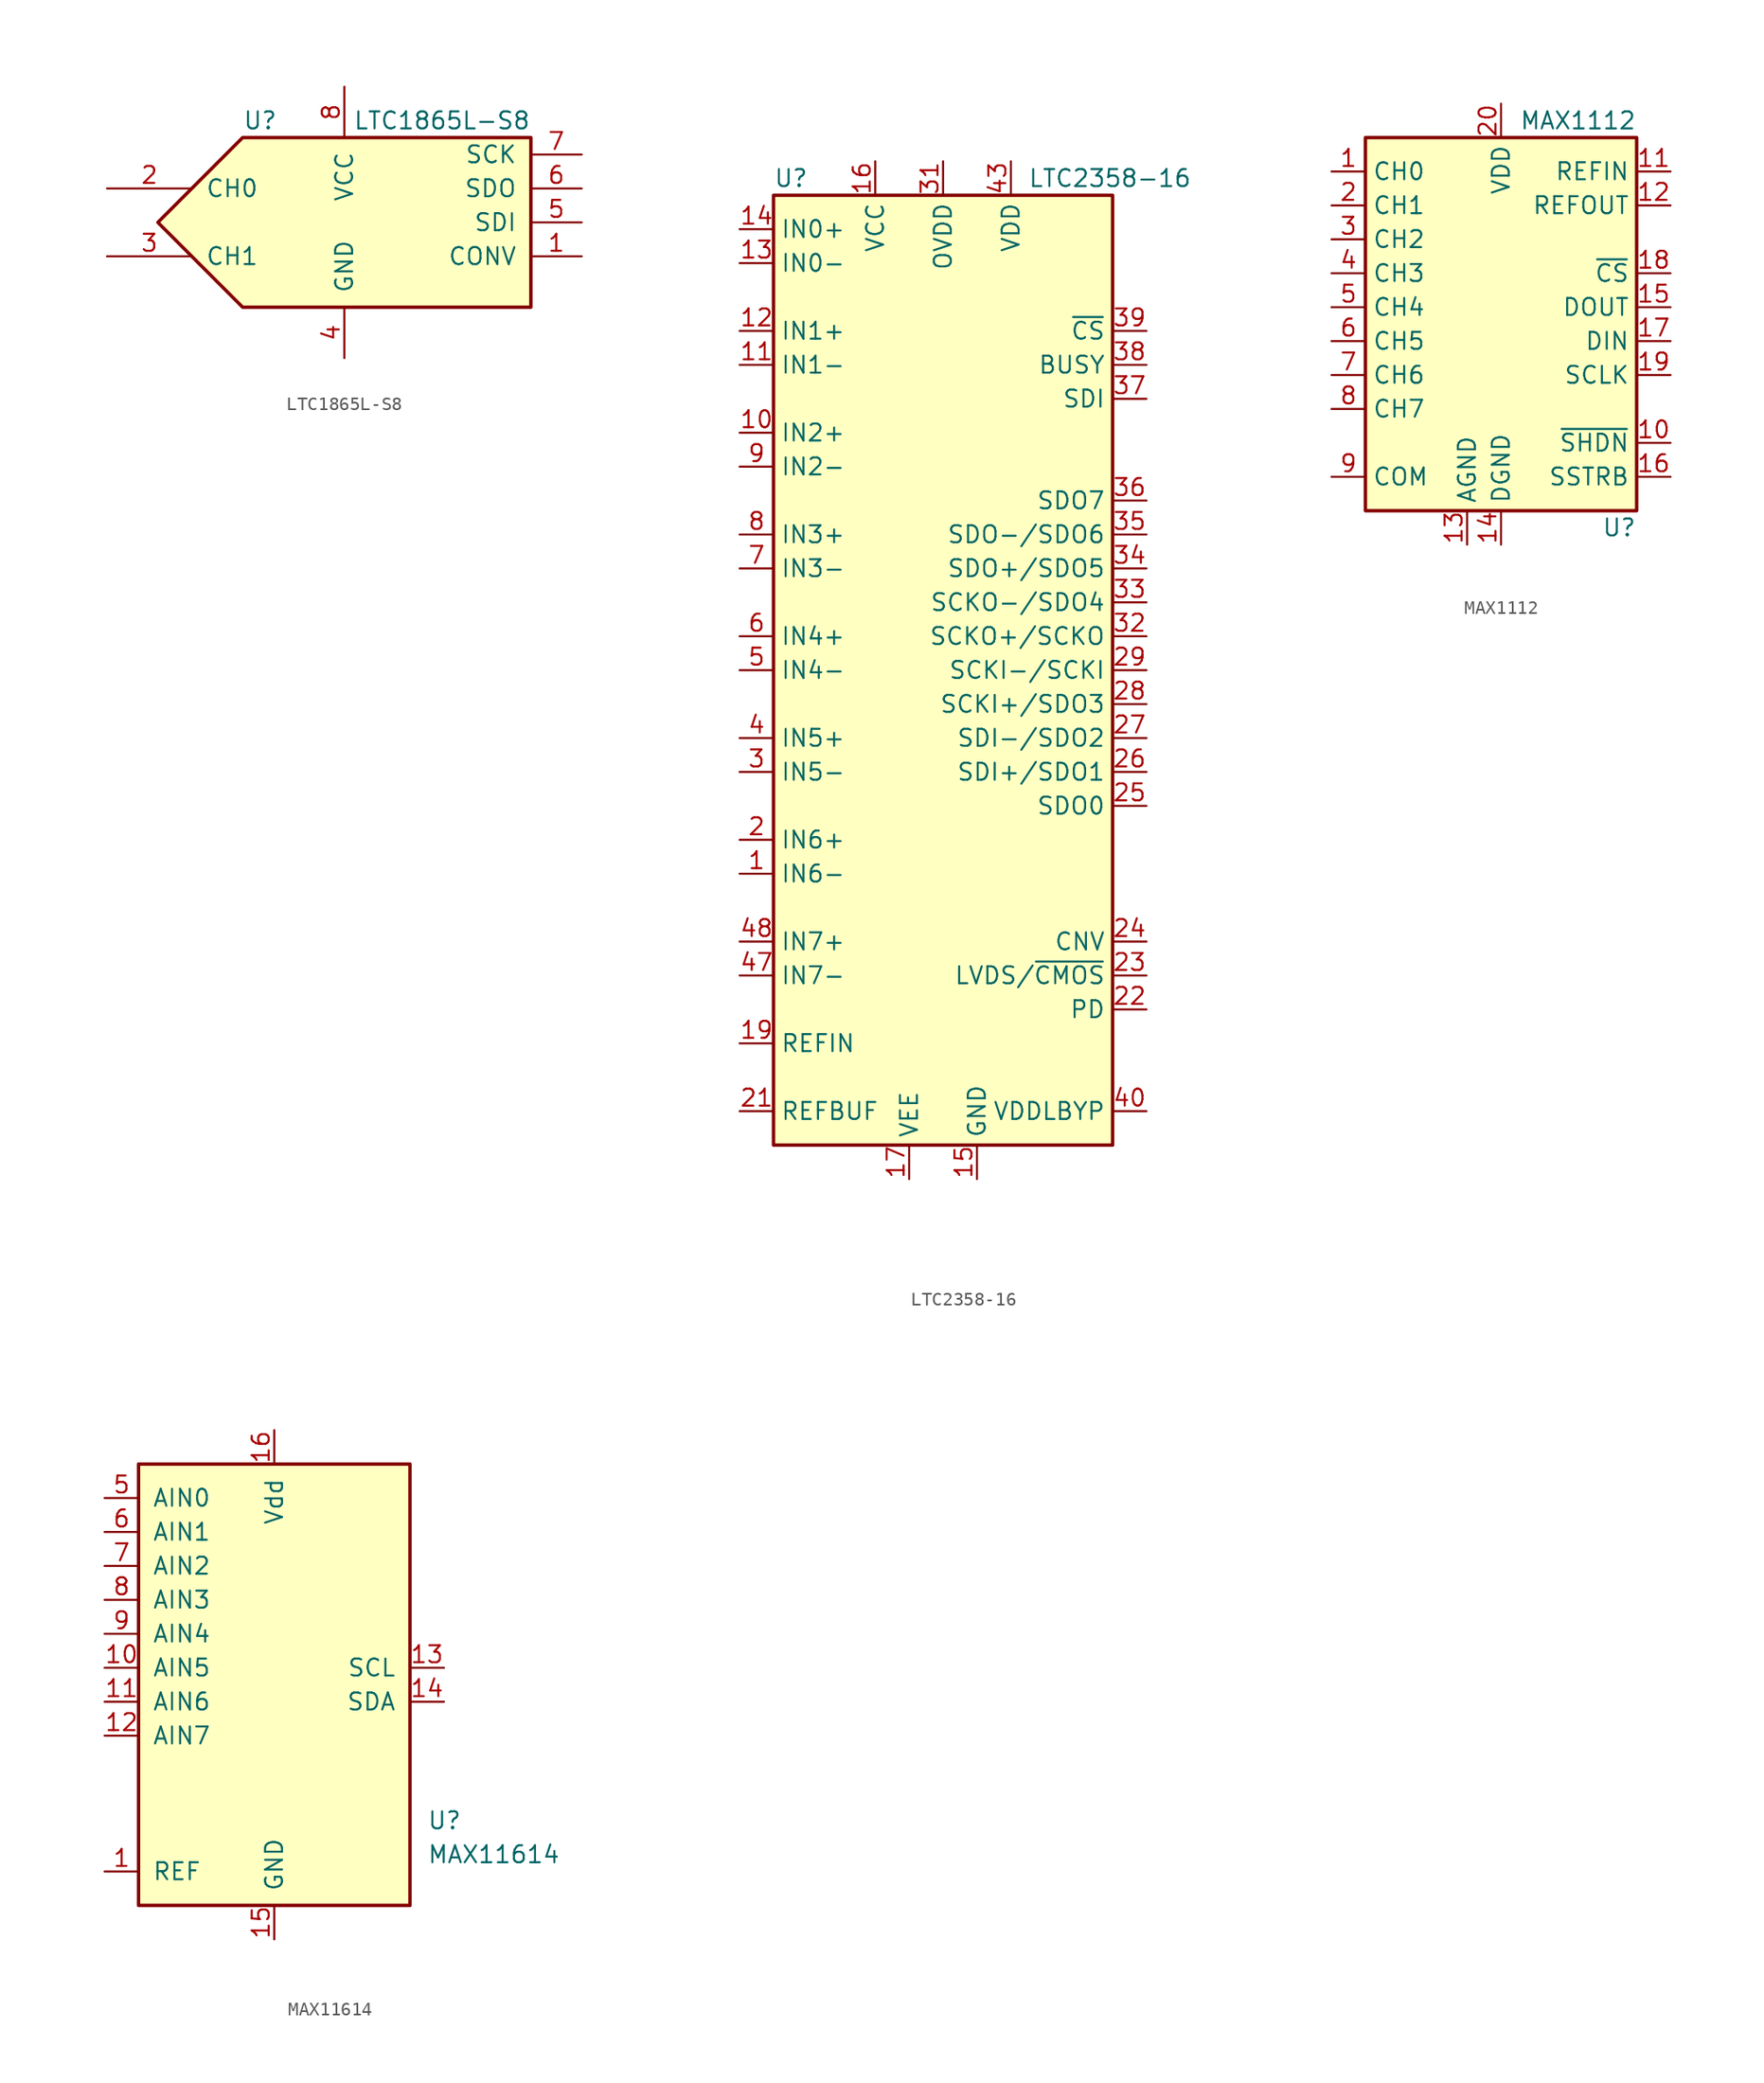
<source format=kicad_sym>
(kicad_symbol_lib
  (version 20201005)
  (generator kicad_symbol_editor)
  (symbol "LTC1865L-S8"
    (pin_names
      (offset 1.016))
    (property "Reference" "U"
      (at -10.16 7.62 0)
      (effects (font (size 1.27 1.27)) (justify left)))
    (property "Value" "LTC1865L-S8"
      (at 11.43 7.62 0)
      (effects (font (size 1.27 1.27)) (justify right)))
    (symbol "LTC1865L-S8_0_1"
      (polyline (pts (xy 11.43 6.35) (xy -10.16 6.35) (xy -16.51 0) (xy -10.16 -6.35) (xy 11.43 -6.35) (xy 11.43 6.35)) (stroke (width 0.254)) (fill (type background))))
    (symbol "LTC1865L-S8_1_1"
      (pin input line (at 15.24 -2.54 180) (length 3.81) (name "CONV" (effects (font (size 1.27 1.27)))) (number "1" (effects (font (size 1.27 1.27)))))
      (pin input line (at -20.32 2.54 0) (length 6.35) (name "CH0" (effects (font (size 1.27 1.27)))) (number "2" (effects (font (size 1.27 1.27)))))
      (pin input line (at -20.32 -2.54 0) (length 6.35) (name "CH1" (effects (font (size 1.27 1.27)))) (number "3" (effects (font (size 1.27 1.27)))))
      (pin power_in line (at -2.54 -10.16 90) (length 3.81) (name "GND" (effects (font (size 1.27 1.27)))) (number "4" (effects (font (size 1.27 1.27)))))
      (pin input line (at 15.24 0 180) (length 3.81) (name "SDI" (effects (font (size 1.27 1.27)))) (number "5" (effects (font (size 1.27 1.27)))))
      (pin output line (at 15.24 2.54 180) (length 3.81) (name "SDO" (effects (font (size 1.27 1.27)))) (number "6" (effects (font (size 1.27 1.27)))))
      (pin input line (at 15.24 5.08 180) (length 3.81) (name "SCK" (effects (font (size 1.27 1.27)))) (number "7" (effects (font (size 1.27 1.27)))))
      (pin power_in line (at -2.54 10.16 270) (length 3.81) (name "VCC" (effects (font (size 1.27 1.27)))) (number "8" (effects (font (size 1.27 1.27)))))))
  (symbol "LTC2358-16"
    (property "Reference" "U"
      (at -12.7 36.83 0)
      (effects (font (size 1.27 1.27)) (justify left)))
    (property "Value" "LTC2358-16"
      (at 6.35 36.83 0)
      (effects (font (size 1.27 1.27)) (justify left)))
    (symbol "LTC2358-16_0_1"
      (rectangle (start -12.7 35.56) (end 12.7 -35.56) (stroke (width 0.254)) (fill (type background))))
    (symbol "LTC2358-16_1_1"
      (pin input line (at -15.24 -15.24 0) (length 2.54) (name "IN6-" (effects (font (size 1.27 1.27)))) (number "1" (effects (font (size 1.27 1.27)))))
      (pin input line (at -15.24 17.78 0) (length 2.54) (name "IN2+" (effects (font (size 1.27 1.27)))) (number "10" (effects (font (size 1.27 1.27)))))
      (pin input line (at -15.24 22.86 0) (length 2.54) (name "IN1-" (effects (font (size 1.27 1.27)))) (number "11" (effects (font (size 1.27 1.27)))))
      (pin input line (at -15.24 25.4 0) (length 2.54) (name "IN1+" (effects (font (size 1.27 1.27)))) (number "12" (effects (font (size 1.27 1.27)))))
      (pin input line (at -15.24 30.48 0) (length 2.54) (name "IN0-" (effects (font (size 1.27 1.27)))) (number "13" (effects (font (size 1.27 1.27)))))
      (pin input line (at -15.24 33.02 0) (length 2.54) (name "IN0+" (effects (font (size 1.27 1.27)))) (number "14" (effects (font (size 1.27 1.27)))))
      (pin power_in line (at 2.54 -38.1 90) (length 2.54) (name "GND" (effects (font (size 1.27 1.27)))) (number "15" (effects (font (size 1.27 1.27)))))
      (pin power_in line (at -5.08 38.1 270) (length 2.54) (name "VCC" (effects (font (size 1.27 1.27)))) (number "16" (effects (font (size 1.27 1.27)))))
      (pin power_in line (at -2.54 -38.1 90) (length 2.54) (name "VEE" (effects (font (size 1.27 1.27)))) (number "17" (effects (font (size 1.27 1.27)))))
      (pin passive line (at 2.54 -38.1 90) (length 2.54) hide (name "GND" (effects (font (size 1.27 1.27)))) (number "18" (effects (font (size 1.27 1.27)))))
      (pin passive line (at -15.24 -27.94 0) (length 2.54) (name "REFIN" (effects (font (size 1.27 1.27)))) (number "19" (effects (font (size 1.27 1.27)))))
      (pin input line (at -15.24 -12.7 0) (length 2.54) (name "IN6+" (effects (font (size 1.27 1.27)))) (number "2" (effects (font (size 1.27 1.27)))))
      (pin passive line (at 2.54 -38.1 90) (length 2.54) hide (name "GND" (effects (font (size 1.27 1.27)))) (number "20" (effects (font (size 1.27 1.27)))))
      (pin passive line (at -15.24 -33.02 0) (length 2.54) (name "REFBUF" (effects (font (size 1.27 1.27)))) (number "21" (effects (font (size 1.27 1.27)))))
      (pin input line (at 15.24 -25.4 180) (length 2.54) (name "PD" (effects (font (size 1.27 1.27)))) (number "22" (effects (font (size 1.27 1.27)))))
      (pin input line (at 15.24 -22.86 180) (length 2.54) (name "LVDS/~CMOS" (effects (font (size 1.27 1.27)))) (number "23" (effects (font (size 1.27 1.27)))))
      (pin input line (at 15.24 -20.32 180) (length 2.54) (name "CNV" (effects (font (size 1.27 1.27)))) (number "24" (effects (font (size 1.27 1.27)))))
      (pin tri_state line (at 15.24 -10.16 180) (length 2.54) (name "SDO0" (effects (font (size 1.27 1.27)))) (number "25" (effects (font (size 1.27 1.27)))))
      (pin bidirectional line (at 15.24 -7.62 180) (length 2.54) (name "SDI+/SDO1" (effects (font (size 1.27 1.27)))) (number "26" (effects (font (size 1.27 1.27)))))
      (pin bidirectional line (at 15.24 -5.08 180) (length 2.54) (name "SDI-/SDO2" (effects (font (size 1.27 1.27)))) (number "27" (effects (font (size 1.27 1.27)))))
      (pin bidirectional line (at 15.24 -2.54 180) (length 2.54) (name "SCKI+/SDO3" (effects (font (size 1.27 1.27)))) (number "28" (effects (font (size 1.27 1.27)))))
      (pin input line (at 15.24 0 180) (length 2.54) (name "SCKI-/SCKI" (effects (font (size 1.27 1.27)))) (number "29" (effects (font (size 1.27 1.27)))))
      (pin input line (at -15.24 -7.62 0) (length 2.54) (name "IN5-" (effects (font (size 1.27 1.27)))) (number "3" (effects (font (size 1.27 1.27)))))
      (pin passive line (at 2.54 -38.1 90) (length 2.54) hide (name "GND" (effects (font (size 1.27 1.27)))) (number "30" (effects (font (size 1.27 1.27)))))
      (pin power_in line (at 0 38.1 270) (length 2.54) (name "OVDD" (effects (font (size 1.27 1.27)))) (number "31" (effects (font (size 1.27 1.27)))))
      (pin tri_state line (at 15.24 2.54 180) (length 2.54) (name "SCKO+/SCKO" (effects (font (size 1.27 1.27)))) (number "32" (effects (font (size 1.27 1.27)))))
      (pin tri_state line (at 15.24 5.08 180) (length 2.54) (name "SCKO-/SDO4" (effects (font (size 1.27 1.27)))) (number "33" (effects (font (size 1.27 1.27)))))
      (pin tri_state line (at 15.24 7.62 180) (length 2.54) (name "SDO+/SDO5" (effects (font (size 1.27 1.27)))) (number "34" (effects (font (size 1.27 1.27)))))
      (pin tri_state line (at 15.24 10.16 180) (length 2.54) (name "SDO-/SDO6" (effects (font (size 1.27 1.27)))) (number "35" (effects (font (size 1.27 1.27)))))
      (pin tri_state line (at 15.24 12.7 180) (length 2.54) (name "SDO7" (effects (font (size 1.27 1.27)))) (number "36" (effects (font (size 1.27 1.27)))))
      (pin input line (at 15.24 20.32 180) (length 2.54) (name "SDI" (effects (font (size 1.27 1.27)))) (number "37" (effects (font (size 1.27 1.27)))))
      (pin output line (at 15.24 22.86 180) (length 2.54) (name "BUSY" (effects (font (size 1.27 1.27)))) (number "38" (effects (font (size 1.27 1.27)))))
      (pin input line (at 15.24 25.4 180) (length 2.54) (name "~CS" (effects (font (size 1.27 1.27)))) (number "39" (effects (font (size 1.27 1.27)))))
      (pin input line (at -15.24 -5.08 0) (length 2.54) (name "IN5+" (effects (font (size 1.27 1.27)))) (number "4" (effects (font (size 1.27 1.27)))))
      (pin passive line (at 15.24 -33.02 180) (length 2.54) (name "VDDLBYP" (effects (font (size 1.27 1.27)))) (number "40" (effects (font (size 1.27 1.27)))))
      (pin passive line (at 2.54 -38.1 90) (length 2.54) hide (name "GND" (effects (font (size 1.27 1.27)))) (number "41" (effects (font (size 1.27 1.27)))))
      (pin passive line (at 5.08 38.1 270) (length 2.54) hide (name "VDD" (effects (font (size 1.27 1.27)))) (number "42" (effects (font (size 1.27 1.27)))))
      (pin power_in line (at 5.08 38.1 270) (length 2.54) (name "VDD" (effects (font (size 1.27 1.27)))) (number "43" (effects (font (size 1.27 1.27)))))
      (pin passive line (at 2.54 -38.1 90) (length 2.54) hide (name "GND" (effects (font (size 1.27 1.27)))) (number "44" (effects (font (size 1.27 1.27)))))
      (pin passive line (at -2.54 -38.1 90) (length 2.54) hide (name "VEE" (effects (font (size 1.27 1.27)))) (number "45" (effects (font (size 1.27 1.27)))))
      (pin passive line (at 2.54 -38.1 90) (length 2.54) hide (name "GND" (effects (font (size 1.27 1.27)))) (number "46" (effects (font (size 1.27 1.27)))))
      (pin input line (at -15.24 -22.86 0) (length 2.54) (name "IN7-" (effects (font (size 1.27 1.27)))) (number "47" (effects (font (size 1.27 1.27)))))
      (pin input line (at -15.24 -20.32 0) (length 2.54) (name "IN7+" (effects (font (size 1.27 1.27)))) (number "48" (effects (font (size 1.27 1.27)))))
      (pin input line (at -15.24 0 0) (length 2.54) (name "IN4-" (effects (font (size 1.27 1.27)))) (number "5" (effects (font (size 1.27 1.27)))))
      (pin input line (at -15.24 2.54 0) (length 2.54) (name "IN4+" (effects (font (size 1.27 1.27)))) (number "6" (effects (font (size 1.27 1.27)))))
      (pin input line (at -15.24 7.62 0) (length 2.54) (name "IN3-" (effects (font (size 1.27 1.27)))) (number "7" (effects (font (size 1.27 1.27)))))
      (pin input line (at -15.24 10.16 0) (length 2.54) (name "IN3+" (effects (font (size 1.27 1.27)))) (number "8" (effects (font (size 1.27 1.27)))))
      (pin input line (at -15.24 15.24 0) (length 2.54) (name "IN2-" (effects (font (size 1.27 1.27)))) (number "9" (effects (font (size 1.27 1.27)))))))
  (symbol "MAX1112"
    (property "Reference" "U"
      (at 10.16 -13.97 0)
      (effects (font (size 1.27 1.27)) (justify right)))
    (property "Value" "MAX1112"
      (at 10.16 16.51 0)
      (effects (font (size 1.27 1.27)) (justify right)))
    (symbol "MAX1112_0_1"
      (rectangle (start 10.16 15.24) (end -10.16 -12.7) (stroke (width 0.254)) (fill (type background))))
    (symbol "MAX1112_1_1"
      (pin input line (at -12.7 12.7 0) (length 2.54) (name "CH0" (effects (font (size 1.27 1.27)))) (number "1" (effects (font (size 1.27 1.27)))))
      (pin input line (at 12.7 -7.62 180) (length 2.54) (name "~SHDN" (effects (font (size 1.27 1.27)))) (number "10" (effects (font (size 1.27 1.27)))))
      (pin power_in line (at 12.7 12.7 180) (length 2.54) (name "REFIN" (effects (font (size 1.27 1.27)))) (number "11" (effects (font (size 1.27 1.27)))))
      (pin power_out line (at 12.7 10.16 180) (length 2.54) (name "REFOUT" (effects (font (size 1.27 1.27)))) (number "12" (effects (font (size 1.27 1.27)))))
      (pin power_in line (at -2.54 -15.24 90) (length 2.54) (name "AGND" (effects (font (size 1.27 1.27)))) (number "13" (effects (font (size 1.27 1.27)))))
      (pin power_in line (at 0 -15.24 90) (length 2.54) (name "DGND" (effects (font (size 1.27 1.27)))) (number "14" (effects (font (size 1.27 1.27)))))
      (pin output line (at 12.7 2.54 180) (length 2.54) (name "DOUT" (effects (font (size 1.27 1.27)))) (number "15" (effects (font (size 1.27 1.27)))))
      (pin output line (at 12.7 -10.16 180) (length 2.54) (name "SSTRB" (effects (font (size 1.27 1.27)))) (number "16" (effects (font (size 1.27 1.27)))))
      (pin input line (at 12.7 0 180) (length 2.54) (name "DIN" (effects (font (size 1.27 1.27)))) (number "17" (effects (font (size 1.27 1.27)))))
      (pin input line (at 12.7 5.08 180) (length 2.54) (name "~CS" (effects (font (size 1.27 1.27)))) (number "18" (effects (font (size 1.27 1.27)))))
      (pin input line (at 12.7 -2.54 180) (length 2.54) (name "SCLK" (effects (font (size 1.27 1.27)))) (number "19" (effects (font (size 1.27 1.27)))))
      (pin input line (at -12.7 10.16 0) (length 2.54) (name "CH1" (effects (font (size 1.27 1.27)))) (number "2" (effects (font (size 1.27 1.27)))))
      (pin power_in line (at 0 17.78 270) (length 2.54) (name "VDD" (effects (font (size 1.27 1.27)))) (number "20" (effects (font (size 1.27 1.27)))))
      (pin input line (at -12.7 7.62 0) (length 2.54) (name "CH2" (effects (font (size 1.27 1.27)))) (number "3" (effects (font (size 1.27 1.27)))))
      (pin input line (at -12.7 5.08 0) (length 2.54) (name "CH3" (effects (font (size 1.27 1.27)))) (number "4" (effects (font (size 1.27 1.27)))))
      (pin input line (at -12.7 2.54 0) (length 2.54) (name "CH4" (effects (font (size 1.27 1.27)))) (number "5" (effects (font (size 1.27 1.27)))))
      (pin input line (at -12.7 0 0) (length 2.54) (name "CH5" (effects (font (size 1.27 1.27)))) (number "6" (effects (font (size 1.27 1.27)))))
      (pin input line (at -12.7 -2.54 0) (length 2.54) (name "CH6" (effects (font (size 1.27 1.27)))) (number "7" (effects (font (size 1.27 1.27)))))
      (pin input line (at -12.7 -5.08 0) (length 2.54) (name "CH7" (effects (font (size 1.27 1.27)))) (number "8" (effects (font (size 1.27 1.27)))))
      (pin power_in line (at -12.7 -10.16 0) (length 2.54) (name "COM" (effects (font (size 1.27 1.27)))) (number "9" (effects (font (size 1.27 1.27)))))))
  (symbol "MAX11614"
    (pin_names
      (offset 1.016))
    (property "Reference" "U"
      (at 11.43 -11.43 0)
      (effects (font (size 1.27 1.27)) (justify left)))
    (property "Value" "MAX11614"
      (at 11.43 -13.97 0)
      (effects (font (size 1.27 1.27)) (justify left)))
    (symbol "MAX11614_0_1"
      (rectangle (start -10.16 15.24) (end 10.16 -17.78) (stroke (width 0.254)) (fill (type background))))
    (symbol "MAX11614_1_1"
      (pin input line (at -12.7 -15.24 0) (length 2.54) (name "REF" (effects (font (size 1.27 1.27)))) (number "1" (effects (font (size 1.27 1.27)))))
      (pin input line (at -12.7 0 0) (length 2.54) (name "AIN5" (effects (font (size 1.27 1.27)))) (number "10" (effects (font (size 1.27 1.27)))))
      (pin input line (at -12.7 -2.54 0) (length 2.54) (name "AIN6" (effects (font (size 1.27 1.27)))) (number "11" (effects (font (size 1.27 1.27)))))
      (pin input line (at -12.7 -5.08 0) (length 2.54) (name "AIN7" (effects (font (size 1.27 1.27)))) (number "12" (effects (font (size 1.27 1.27)))))
      (pin input line (at 12.7 0 180) (length 2.54) (name "SCL" (effects (font (size 1.27 1.27)))) (number "13" (effects (font (size 1.27 1.27)))))
      (pin bidirectional line (at 12.7 -2.54 180) (length 2.54) (name "SDA" (effects (font (size 1.27 1.27)))) (number "14" (effects (font (size 1.27 1.27)))))
      (pin power_in line (at 0 -20.32 90) (length 2.54) (name "GND" (effects (font (size 1.27 1.27)))) (number "15" (effects (font (size 1.27 1.27)))))
      (pin power_in line (at 0 17.78 270) (length 2.54) (name "Vdd" (effects (font (size 1.27 1.27)))) (number "16" (effects (font (size 1.27 1.27)))))
      (pin no_connect line (at -12.7 -12.7 0) (length 2.54) hide (name "NC" (effects (font (size 1.27 1.27)))) (number "2" (effects (font (size 1.27 1.27)))))
      (pin no_connect line (at -12.7 -10.16 0) (length 2.54) hide (name "NC" (effects (font (size 1.27 1.27)))) (number "3" (effects (font (size 1.27 1.27)))))
      (pin no_connect line (at -12.7 -7.62 0) (length 2.54) hide (name "NC" (effects (font (size 1.27 1.27)))) (number "4" (effects (font (size 1.27 1.27)))))
      (pin input line (at -12.7 12.7 0) (length 2.54) (name "AIN0" (effects (font (size 1.27 1.27)))) (number "5" (effects (font (size 1.27 1.27)))))
      (pin input line (at -12.7 10.16 0) (length 2.54) (name "AIN1" (effects (font (size 1.27 1.27)))) (number "6" (effects (font (size 1.27 1.27)))))
      (pin input line (at -12.7 7.62 0) (length 2.54) (name "AIN2" (effects (font (size 1.27 1.27)))) (number "7" (effects (font (size 1.27 1.27)))))
      (pin input line (at -12.7 5.08 0) (length 2.54) (name "AIN3" (effects (font (size 1.27 1.27)))) (number "8" (effects (font (size 1.27 1.27)))))
      (pin input line (at -12.7 2.54 0) (length 2.54) (name "AIN4" (effects (font (size 1.27 1.27)))) (number "9" (effects (font (size 1.27 1.27))))))))
</source>
